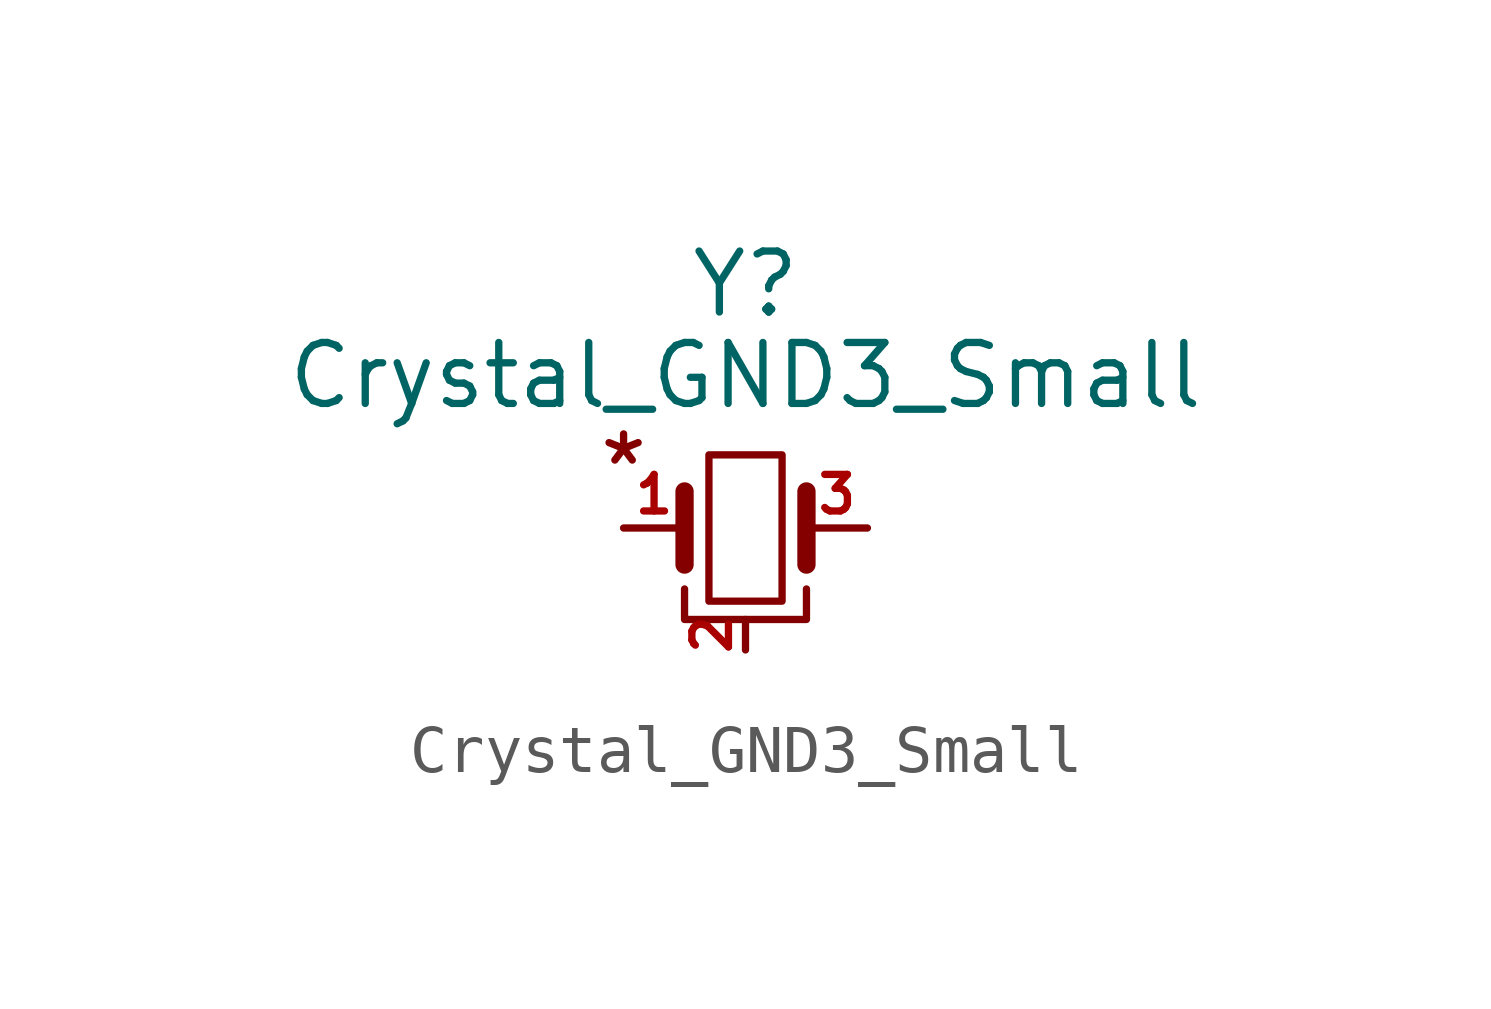
<source format=kicad_sym>
(kicad_symbol_lib
  (version 20220914)
  (generator kicad_symbol_editor)
  (symbol "Crystal_GND3_Small"
    (pin_names
      (offset 1.016) hide)
    (property "Reference" "Y"
      (at 0 5.08 0)
      (effects (font (size 1.27 1.27))))
    (property "Value" "Crystal_GND3_Small"
      (at 0 3.175 0)
      (effects (font (size 1.27 1.27))))
    (symbol "Crystal_GND3_Small_0_0"
      (text "*" (at -2.54 1.27 0) (effects (font (size 1.27 1.27)))))
    (symbol "Crystal_GND3_Small_0_1"
      (rectangle (start -0.762 -1.524) (end 0.762 1.524) (stroke (width 0) (type default)) (fill (type none)))
      (polyline (pts (xy -1.27 -0.762) (xy -1.27 0.762)) (stroke (width 0.381) (type default)) (fill (type none)))
      (polyline (pts (xy 1.27 -0.762) (xy 1.27 0.762)) (stroke (width 0.381) (type default)) (fill (type none)))
      (polyline (pts (xy -1.27 -1.27) (xy -1.27 -1.905) (xy 1.27 -1.905) (xy 1.27 -1.27)) (stroke (width 0) (type default)) (fill (type none))))
    (symbol "Crystal_GND3_Small_1_1"
      (pin passive line (at -2.54 0 0) (length 1.27) (name "1" (effects (font (size 1.27 1.27)))) (number "1" (effects (font (size 0.762 0.762)))))
      (pin passive line (at 0 -2.54 90) (length 0.635) (name "2" (effects (font (size 1.27 1.27)))) (number "2" (effects (font (size 0.762 0.762)))))
      (pin passive line (at 2.54 0 180) (length 1.27) (name "3" (effects (font (size 1.27 1.27)))) (number "3" (effects (font (size 0.762 0.762))))))))
</source>
